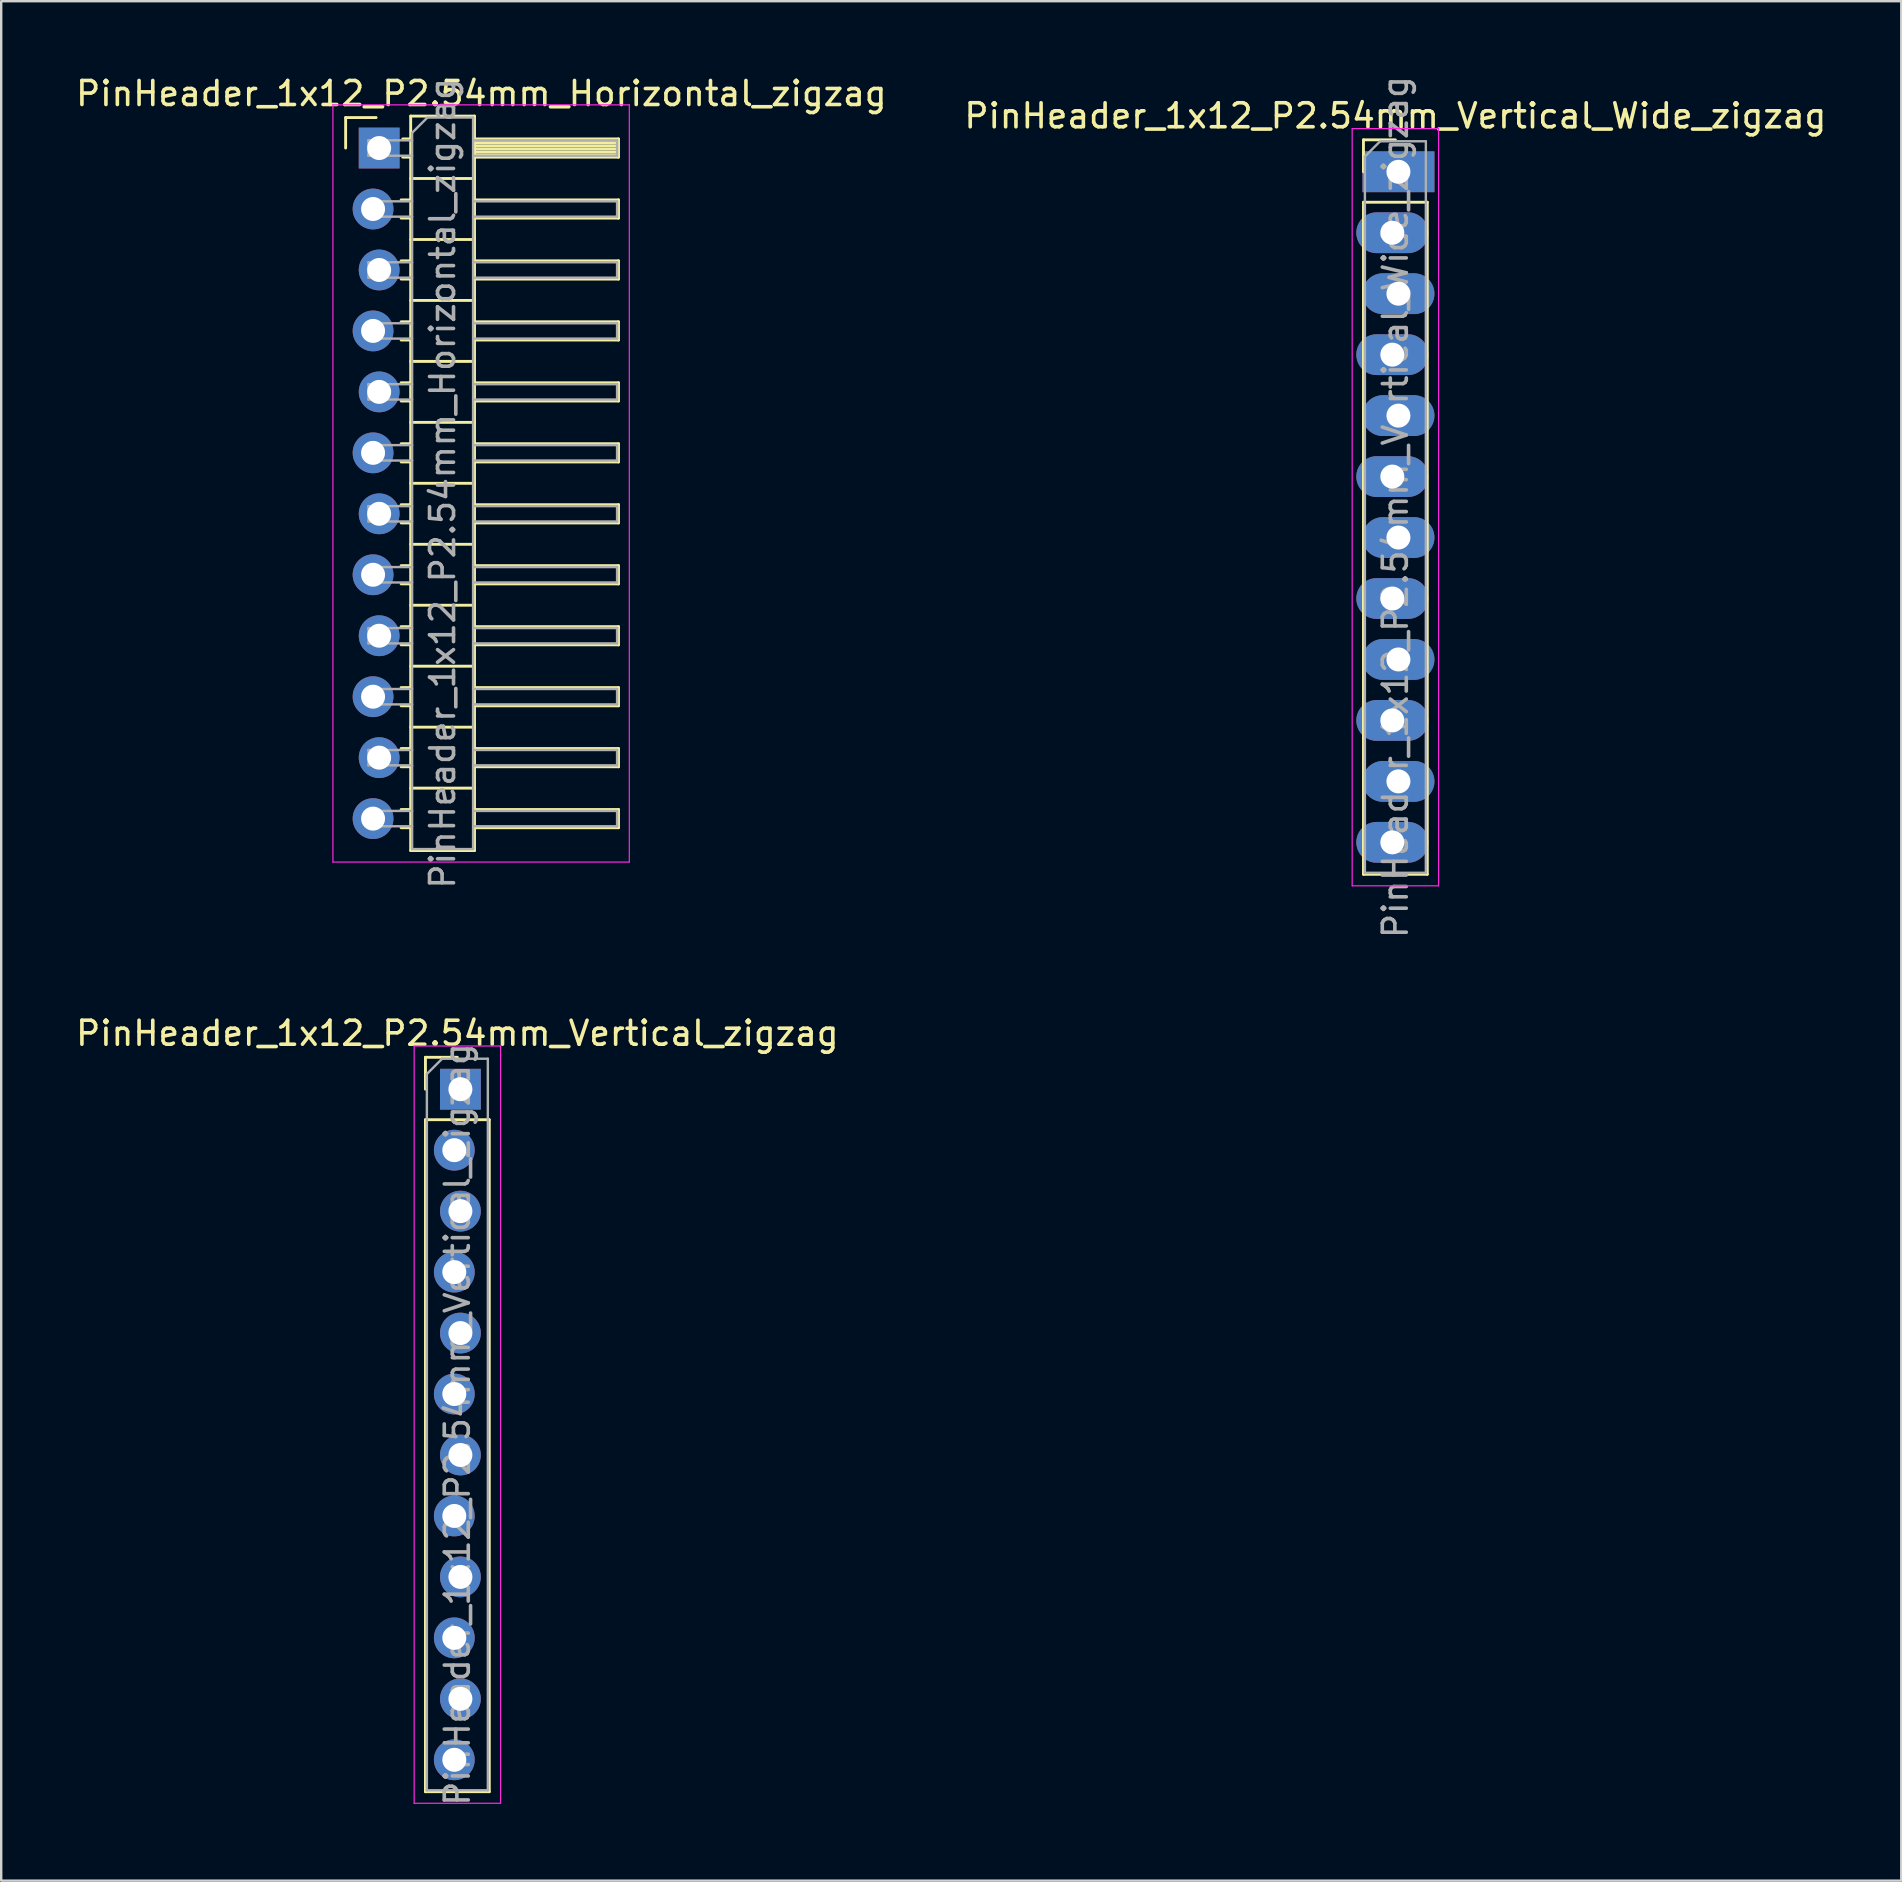
<source format=kicad_pcb>
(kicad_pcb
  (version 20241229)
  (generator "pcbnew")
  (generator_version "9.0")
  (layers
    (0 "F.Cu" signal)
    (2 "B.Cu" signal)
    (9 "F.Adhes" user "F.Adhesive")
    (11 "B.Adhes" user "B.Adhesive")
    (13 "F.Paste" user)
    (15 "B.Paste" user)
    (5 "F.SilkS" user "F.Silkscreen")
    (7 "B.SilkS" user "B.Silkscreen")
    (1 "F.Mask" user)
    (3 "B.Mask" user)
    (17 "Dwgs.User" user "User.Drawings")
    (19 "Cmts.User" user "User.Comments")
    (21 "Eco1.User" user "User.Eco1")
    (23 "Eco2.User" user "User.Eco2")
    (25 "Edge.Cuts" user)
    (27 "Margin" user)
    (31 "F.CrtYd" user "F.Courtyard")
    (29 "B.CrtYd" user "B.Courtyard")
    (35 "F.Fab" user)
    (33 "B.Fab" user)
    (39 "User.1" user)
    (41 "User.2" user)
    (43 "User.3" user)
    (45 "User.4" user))
  (footprint "PinHeader_1x12_P2.54mm_Vertical_zigzag"
    (layer "F.Cu")
    (at 16.006 42.333)
    (property "Reference" "PinHeader_1x12_P2.54mm_Vertical_zigzag" (at 0 -2.33 0) (layer "F.SilkS") (effects (font (size 1 1) (thickness 0.15))))
    (attr through_hole)
    (fp_line (start -1.33 -1.33) (end 0 -1.33) (stroke (width 0.12) (type solid)) (layer "F.SilkS"))
    (fp_line (start -1.33 0) (end -1.33 -1.33) (stroke (width 0.12) (type solid)) (layer "F.SilkS"))
    (fp_line (start -1.33 1.27) (end -1.33 29.27) (stroke (width 0.12) (type solid)) (layer "F.SilkS"))
    (fp_line (start -1.33 1.27) (end 1.33 1.27) (stroke (width 0.12) (type solid)) (layer "F.SilkS"))
    (fp_line (start -1.33 29.27) (end 1.33 29.27) (stroke (width 0.12) (type solid)) (layer "F.SilkS"))
    (fp_line (start 1.33 1.27) (end 1.33 29.27) (stroke (width 0.12) (type solid)) (layer "F.SilkS"))
    (fp_line (start -1.8 -1.8) (end -1.8 29.75) (stroke (width 0.05) (type solid)) (layer "F.CrtYd"))
    (fp_line (start -1.8 29.75) (end 1.8 29.75) (stroke (width 0.05) (type solid)) (layer "F.CrtYd"))
    (fp_line (start 1.8 -1.8) (end -1.8 -1.8) (stroke (width 0.05) (type solid)) (layer "F.CrtYd"))
    (fp_line (start 1.8 29.75) (end 1.8 -1.8) (stroke (width 0.05) (type solid)) (layer "F.CrtYd"))
    (fp_line (start -1.27 -0.635) (end -0.635 -1.27) (stroke (width 0.1) (type solid)) (layer "F.Fab"))
    (fp_line (start -1.27 29.21) (end -1.27 -0.635) (stroke (width 0.1) (type solid)) (layer "F.Fab"))
    (fp_line (start -0.635 -1.27) (end 1.27 -1.27) (stroke (width 0.1) (type solid)) (layer "F.Fab"))
    (fp_line (start 1.27 -1.27) (end 1.27 29.21) (stroke (width 0.1) (type solid)) (layer "F.Fab"))
    (fp_line (start 1.27 29.21) (end -1.27 29.21) (stroke (width 0.1) (type solid)) (layer "F.Fab"))
    (fp_text user "${REFERENCE}" (at 0 13.97 90) (layer "F.Fab") (effects (font (size 1 1) (thickness 0.15))))
    (pad "1" thru_hole rect (at 0.127 0) (size 1.7 1.7) (drill 1) (layers "*.Cu" "*.Mask"))
    (pad "2" thru_hole oval (at -0.127 2.54) (size 1.7 1.7) (drill 1) (layers "*.Cu" "*.Mask"))
    (pad "3" thru_hole oval (at 0.127 5.08) (size 1.7 1.7) (drill 1) (layers "*.Cu" "*.Mask"))
    (pad "4" thru_hole oval (at -0.127 7.62) (size 1.7 1.7) (drill 1) (layers "*.Cu" "*.Mask"))
    (pad "5" thru_hole oval (at 0.127 10.16) (size 1.7 1.7) (drill 1) (layers "*.Cu" "*.Mask"))
    (pad "6" thru_hole oval (at -0.127 12.7) (size 1.7 1.7) (drill 1) (layers "*.Cu" "*.Mask"))
    (pad "7" thru_hole oval (at 0.127 15.24) (size 1.7 1.7) (drill 1) (layers "*.Cu" "*.Mask"))
    (pad "8" thru_hole oval (at -0.127 17.78) (size 1.7 1.7) (drill 1) (layers "*.Cu" "*.Mask"))
    (pad "9" thru_hole oval (at 0.127 20.32) (size 1.7 1.7) (drill 1) (layers "*.Cu" "*.Mask"))
    (pad "10" thru_hole oval (at -0.127 22.86) (size 1.7 1.7) (drill 1) (layers "*.Cu" "*.Mask"))
    (pad "11" thru_hole oval (at 0.127 25.4) (size 1.7 1.7) (drill 1) (layers "*.Cu" "*.Mask"))
    (pad "12" thru_hole oval (at -0.127 27.94) (size 1.7 1.7) (drill 1) (layers "*.Cu" "*.Mask")))
  (footprint "PinHeader_1x12_P2.54mm_Vertical_Wide_zigzag"
    (layer "F.Cu")
    (at 55.089 4.107)
    (property "Reference" "PinHeader_1x12_P2.54mm_Vertical_Wide_zigzag" (at 0 -2.33 0) (layer "F.SilkS") (effects (font (size 1 1) (thickness 0.15))))
    (attr through_hole)
    (fp_line (start -1.33 -1.33) (end 0 -1.33) (stroke (width 0.12) (type solid)) (layer "F.SilkS"))
    (fp_line (start -1.33 0) (end -1.33 -1.33) (stroke (width 0.12) (type solid)) (layer "F.SilkS"))
    (fp_line (start -1.33 1.27) (end -1.33 29.27) (stroke (width 0.12) (type solid)) (layer "F.SilkS"))
    (fp_line (start -1.33 1.27) (end 1.33 1.27) (stroke (width 0.12) (type solid)) (layer "F.SilkS"))
    (fp_line (start -1.33 29.27) (end 1.33 29.27) (stroke (width 0.12) (type solid)) (layer "F.SilkS"))
    (fp_line (start 1.33 1.27) (end 1.33 29.27) (stroke (width 0.12) (type solid)) (layer "F.SilkS"))
    (fp_line (start -1.8 -1.8) (end -1.8 29.75) (stroke (width 0.05) (type solid)) (layer "F.CrtYd"))
    (fp_line (start -1.8 29.75) (end 1.8 29.75) (stroke (width 0.05) (type solid)) (layer "F.CrtYd"))
    (fp_line (start 1.8 -1.8) (end -1.8 -1.8) (stroke (width 0.05) (type solid)) (layer "F.CrtYd"))
    (fp_line (start 1.8 29.75) (end 1.8 -1.8) (stroke (width 0.05) (type solid)) (layer "F.CrtYd"))
    (fp_line (start -1.27 -0.635) (end -0.635 -1.27) (stroke (width 0.1) (type solid)) (layer "F.Fab"))
    (fp_line (start -1.27 29.21) (end -1.27 -0.635) (stroke (width 0.1) (type solid)) (layer "F.Fab"))
    (fp_line (start -0.635 -1.27) (end 1.27 -1.27) (stroke (width 0.1) (type solid)) (layer "F.Fab"))
    (fp_line (start 1.27 -1.27) (end 1.27 29.21) (stroke (width 0.1) (type solid)) (layer "F.Fab"))
    (fp_line (start 1.27 29.21) (end -1.27 29.21) (stroke (width 0.1) (type solid)) (layer "F.Fab"))
    (fp_text user "${REFERENCE}" (at 0 13.97 90) (layer "F.Fab") (effects (font (size 1 1) (thickness 0.15))))
    (pad "1" thru_hole rect (at 0.127 0) (size 3 1.7) (drill 1) (layers "*.Cu" "*.Mask"))
    (pad "2" thru_hole oval (at -0.127 2.54) (size 3 1.7) (drill 1) (layers "*.Cu" "*.Mask"))
    (pad "3" thru_hole oval (at 0.127 5.08) (size 3 1.7) (drill 1) (layers "*.Cu" "*.Mask"))
    (pad "4" thru_hole oval (at -0.127 7.62) (size 3 1.7) (drill 1) (layers "*.Cu" "*.Mask"))
    (pad "5" thru_hole oval (at 0.127 10.16) (size 3 1.7) (drill 1) (layers "*.Cu" "*.Mask"))
    (pad "6" thru_hole oval (at -0.127 12.7) (size 3 1.7) (drill 1) (layers "*.Cu" "*.Mask"))
    (pad "7" thru_hole oval (at 0.127 15.24) (size 3 1.7) (drill 1) (layers "*.Cu" "*.Mask"))
    (pad "8" thru_hole oval (at -0.127 17.78) (size 3 1.7) (drill 1) (layers "*.Cu" "*.Mask"))
    (pad "9" thru_hole oval (at 0.127 20.32) (size 3 1.7) (drill 1) (layers "*.Cu" "*.Mask"))
    (pad "10" thru_hole oval (at -0.127 22.86) (size 3 1.7) (drill 1) (layers "*.Cu" "*.Mask"))
    (pad "11" thru_hole oval (at 0.127 25.4) (size 3 1.7) (drill 1) (layers "*.Cu" "*.Mask"))
    (pad "12" thru_hole oval (at -0.127 27.94) (size 3 1.7) (drill 1) (layers "*.Cu" "*.Mask")))
  (footprint "PinHeader_1x12_P2.54mm_Horizontal_zigzag"
    (layer "F.Cu")
    (at 12.621 3.118)
    (property "Reference" "PinHeader_1x12_P2.54mm_Horizontal_zigzag" (at 4.385 -2.27 0) (layer "F.SilkS") (effects (font (size 1 1) (thickness 0.15))))
    (attr through_hole)
    (fp_line (start -1.27 -1.27) (end 0 -1.27) (stroke (width 0.12) (type solid)) (layer "F.SilkS"))
    (fp_line (start -1.27 0) (end -1.27 -1.27) (stroke (width 0.12) (type solid)) (layer "F.SilkS"))
    (fp_line (start 1.043 2.16) (end 1.44 2.16) (stroke (width 0.12) (type solid)) (layer "F.SilkS"))
    (fp_line (start 1.043 2.92) (end 1.44 2.92) (stroke (width 0.12) (type solid)) (layer "F.SilkS"))
    (fp_line (start 1.043 4.7) (end 1.44 4.7) (stroke (width 0.12) (type solid)) (layer "F.SilkS"))
    (fp_line (start 1.043 5.46) (end 1.44 5.46) (stroke (width 0.12) (type solid)) (layer "F.SilkS"))
    (fp_line (start 1.043 7.24) (end 1.44 7.24) (stroke (width 0.12) (type solid)) (layer "F.SilkS"))
    (fp_line (start 1.043 8) (end 1.44 8) (stroke (width 0.12) (type solid)) (layer "F.SilkS"))
    (fp_line (start 1.043 9.78) (end 1.44 9.78) (stroke (width 0.12) (type solid)) (layer "F.SilkS"))
    (fp_line (start 1.043 10.54) (end 1.44 10.54) (stroke (width 0.12) (type solid)) (layer "F.SilkS"))
    (fp_line (start 1.043 12.32) (end 1.44 12.32) (stroke (width 0.12) (type solid)) (layer "F.SilkS"))
    (fp_line (start 1.043 13.08) (end 1.44 13.08) (stroke (width 0.12) (type solid)) (layer "F.SilkS"))
    (fp_line (start 1.043 14.86) (end 1.44 14.86) (stroke (width 0.12) (type solid)) (layer "F.SilkS"))
    (fp_line (start 1.043 15.62) (end 1.44 15.62) (stroke (width 0.12) (type solid)) (layer "F.SilkS"))
    (fp_line (start 1.043 17.4) (end 1.44 17.4) (stroke (width 0.12) (type solid)) (layer "F.SilkS"))
    (fp_line (start 1.043 18.16) (end 1.44 18.16) (stroke (width 0.12) (type solid)) (layer "F.SilkS"))
    (fp_line (start 1.043 19.94) (end 1.44 19.94) (stroke (width 0.12) (type solid)) (layer "F.SilkS"))
    (fp_line (start 1.043 20.7) (end 1.44 20.7) (stroke (width 0.12) (type solid)) (layer "F.SilkS"))
    (fp_line (start 1.043 22.48) (end 1.44 22.48) (stroke (width 0.12) (type solid)) (layer "F.SilkS"))
    (fp_line (start 1.043 23.24) (end 1.44 23.24) (stroke (width 0.12) (type solid)) (layer "F.SilkS"))
    (fp_line (start 1.043 25.02) (end 1.44 25.02) (stroke (width 0.12) (type solid)) (layer "F.SilkS"))
    (fp_line (start 1.043 25.78) (end 1.44 25.78) (stroke (width 0.12) (type solid)) (layer "F.SilkS"))
    (fp_line (start 1.043 27.56) (end 1.44 27.56) (stroke (width 0.12) (type solid)) (layer "F.SilkS"))
    (fp_line (start 1.043 28.32) (end 1.44 28.32) (stroke (width 0.12) (type solid)) (layer "F.SilkS"))
    (fp_line (start 1.11 -0.38) (end 1.44 -0.38) (stroke (width 0.12) (type solid)) (layer "F.SilkS"))
    (fp_line (start 1.11 0.38) (end 1.44 0.38) (stroke (width 0.12) (type solid)) (layer "F.SilkS"))
    (fp_line (start 1.44 -1.33) (end 1.44 29.27) (stroke (width 0.12) (type solid)) (layer "F.SilkS"))
    (fp_line (start 1.44 1.27) (end 4.1 1.27) (stroke (width 0.12) (type solid)) (layer "F.SilkS"))
    (fp_line (start 1.44 3.81) (end 4.1 3.81) (stroke (width 0.12) (type solid)) (layer "F.SilkS"))
    (fp_line (start 1.44 6.35) (end 4.1 6.35) (stroke (width 0.12) (type solid)) (layer "F.SilkS"))
    (fp_line (start 1.44 8.89) (end 4.1 8.89) (stroke (width 0.12) (type solid)) (layer "F.SilkS"))
    (fp_line (start 1.44 11.43) (end 4.1 11.43) (stroke (width 0.12) (type solid)) (layer "F.SilkS"))
    (fp_line (start 1.44 13.97) (end 4.1 13.97) (stroke (width 0.12) (type solid)) (layer "F.SilkS"))
    (fp_line (start 1.44 16.51) (end 4.1 16.51) (stroke (width 0.12) (type solid)) (layer "F.SilkS"))
    (fp_line (start 1.44 19.05) (end 4.1 19.05) (stroke (width 0.12) (type solid)) (layer "F.SilkS"))
    (fp_line (start 1.44 21.59) (end 4.1 21.59) (stroke (width 0.12) (type solid)) (layer "F.SilkS"))
    (fp_line (start 1.44 24.13) (end 4.1 24.13) (stroke (width 0.12) (type solid)) (layer "F.SilkS"))
    (fp_line (start 1.44 26.67) (end 4.1 26.67) (stroke (width 0.12) (type solid)) (layer "F.SilkS"))
    (fp_line (start 1.44 29.27) (end 4.1 29.27) (stroke (width 0.12) (type solid)) (layer "F.SilkS"))
    (fp_line (start 4.1 -1.33) (end 1.44 -1.33) (stroke (width 0.12) (type solid)) (layer "F.SilkS"))
    (fp_line (start 4.1 -0.38) (end 10.1 -0.38) (stroke (width 0.12) (type solid)) (layer "F.SilkS"))
    (fp_line (start 4.1 -0.32) (end 10.1 -0.32) (stroke (width 0.12) (type solid)) (layer "F.SilkS"))
    (fp_line (start 4.1 -0.2) (end 10.1 -0.2) (stroke (width 0.12) (type solid)) (layer "F.SilkS"))
    (fp_line (start 4.1 -0.08) (end 10.1 -0.08) (stroke (width 0.12) (type solid)) (layer "F.SilkS"))
    (fp_line (start 4.1 0.04) (end 10.1 0.04) (stroke (width 0.12) (type solid)) (layer "F.SilkS"))
    (fp_line (start 4.1 0.16) (end 10.1 0.16) (stroke (width 0.12) (type solid)) (layer "F.SilkS"))
    (fp_line (start 4.1 0.28) (end 10.1 0.28) (stroke (width 0.12) (type solid)) (layer "F.SilkS"))
    (fp_line (start 4.1 2.16) (end 10.1 2.16) (stroke (width 0.12) (type solid)) (layer "F.SilkS"))
    (fp_line (start 4.1 4.7) (end 10.1 4.7) (stroke (width 0.12) (type solid)) (layer "F.SilkS"))
    (fp_line (start 4.1 7.24) (end 10.1 7.24) (stroke (width 0.12) (type solid)) (layer "F.SilkS"))
    (fp_line (start 4.1 9.78) (end 10.1 9.78) (stroke (width 0.12) (type solid)) (layer "F.SilkS"))
    (fp_line (start 4.1 12.32) (end 10.1 12.32) (stroke (width 0.12) (type solid)) (layer "F.SilkS"))
    (fp_line (start 4.1 14.86) (end 10.1 14.86) (stroke (width 0.12) (type solid)) (layer "F.SilkS"))
    (fp_line (start 4.1 17.4) (end 10.1 17.4) (stroke (width 0.12) (type solid)) (layer "F.SilkS"))
    (fp_line (start 4.1 19.94) (end 10.1 19.94) (stroke (width 0.12) (type solid)) (layer "F.SilkS"))
    (fp_line (start 4.1 22.48) (end 10.1 22.48) (stroke (width 0.12) (type solid)) (layer "F.SilkS"))
    (fp_line (start 4.1 25.02) (end 10.1 25.02) (stroke (width 0.12) (type solid)) (layer "F.SilkS"))
    (fp_line (start 4.1 27.56) (end 10.1 27.56) (stroke (width 0.12) (type solid)) (layer "F.SilkS"))
    (fp_line (start 4.1 29.27) (end 4.1 -1.33) (stroke (width 0.12) (type solid)) (layer "F.SilkS"))
    (fp_line (start 10.1 -0.38) (end 10.1 0.38) (stroke (width 0.12) (type solid)) (layer "F.SilkS"))
    (fp_line (start 10.1 0.38) (end 4.1 0.38) (stroke (width 0.12) (type solid)) (layer "F.SilkS"))
    (fp_line (start 10.1 2.16) (end 10.1 2.92) (stroke (width 0.12) (type solid)) (layer "F.SilkS"))
    (fp_line (start 10.1 2.92) (end 4.1 2.92) (stroke (width 0.12) (type solid)) (layer "F.SilkS"))
    (fp_line (start 10.1 4.7) (end 10.1 5.46) (stroke (width 0.12) (type solid)) (layer "F.SilkS"))
    (fp_line (start 10.1 5.46) (end 4.1 5.46) (stroke (width 0.12) (type solid)) (layer "F.SilkS"))
    (fp_line (start 10.1 7.24) (end 10.1 8) (stroke (width 0.12) (type solid)) (layer "F.SilkS"))
    (fp_line (start 10.1 8) (end 4.1 8) (stroke (width 0.12) (type solid)) (layer "F.SilkS"))
    (fp_line (start 10.1 9.78) (end 10.1 10.54) (stroke (width 0.12) (type solid)) (layer "F.SilkS"))
    (fp_line (start 10.1 10.54) (end 4.1 10.54) (stroke (width 0.12) (type solid)) (layer "F.SilkS"))
    (fp_line (start 10.1 12.32) (end 10.1 13.08) (stroke (width 0.12) (type solid)) (layer "F.SilkS"))
    (fp_line (start 10.1 13.08) (end 4.1 13.08) (stroke (width 0.12) (type solid)) (layer "F.SilkS"))
    (fp_line (start 10.1 14.86) (end 10.1 15.62) (stroke (width 0.12) (type solid)) (layer "F.SilkS"))
    (fp_line (start 10.1 15.62) (end 4.1 15.62) (stroke (width 0.12) (type solid)) (layer "F.SilkS"))
    (fp_line (start 10.1 17.4) (end 10.1 18.16) (stroke (width 0.12) (type solid)) (layer "F.SilkS"))
    (fp_line (start 10.1 18.16) (end 4.1 18.16) (stroke (width 0.12) (type solid)) (layer "F.SilkS"))
    (fp_line (start 10.1 19.94) (end 10.1 20.7) (stroke (width 0.12) (type solid)) (layer "F.SilkS"))
    (fp_line (start 10.1 20.7) (end 4.1 20.7) (stroke (width 0.12) (type solid)) (layer "F.SilkS"))
    (fp_line (start 10.1 22.48) (end 10.1 23.24) (stroke (width 0.12) (type solid)) (layer "F.SilkS"))
    (fp_line (start 10.1 23.24) (end 4.1 23.24) (stroke (width 0.12) (type solid)) (layer "F.SilkS"))
    (fp_line (start 10.1 25.02) (end 10.1 25.78) (stroke (width 0.12) (type solid)) (layer "F.SilkS"))
    (fp_line (start 10.1 25.78) (end 4.1 25.78) (stroke (width 0.12) (type solid)) (layer "F.SilkS"))
    (fp_line (start 10.1 27.56) (end 10.1 28.32) (stroke (width 0.12) (type solid)) (layer "F.SilkS"))
    (fp_line (start 10.1 28.32) (end 4.1 28.32) (stroke (width 0.12) (type solid)) (layer "F.SilkS"))
    (fp_line (start -1.8 -1.8) (end -1.8 29.75) (stroke (width 0.05) (type solid)) (layer "F.CrtYd"))
    (fp_line (start -1.8 29.75) (end 10.55 29.75) (stroke (width 0.05) (type solid)) (layer "F.CrtYd"))
    (fp_line (start 10.55 -1.8) (end -1.8 -1.8) (stroke (width 0.05) (type solid)) (layer "F.CrtYd"))
    (fp_line (start 10.55 29.75) (end 10.55 -1.8) (stroke (width 0.05) (type solid)) (layer "F.CrtYd"))
    (fp_line (start -0.32 -0.32) (end -0.32 0.32) (stroke (width 0.1) (type solid)) (layer "F.Fab"))
    (fp_line (start -0.32 -0.32) (end 1.5 -0.32) (stroke (width 0.1) (type solid)) (layer "F.Fab"))
    (fp_line (start -0.32 0.32) (end 1.5 0.32) (stroke (width 0.1) (type solid)) (layer "F.Fab"))
    (fp_line (start -0.32 2.22) (end -0.32 2.86) (stroke (width 0.1) (type solid)) (layer "F.Fab"))
    (fp_line (start -0.32 2.22) (end 1.5 2.22) (stroke (width 0.1) (type solid)) (layer "F.Fab"))
    (fp_line (start -0.32 2.86) (end 1.5 2.86) (stroke (width 0.1) (type solid)) (layer "F.Fab"))
    (fp_line (start -0.32 4.76) (end -0.32 5.4) (stroke (width 0.1) (type solid)) (layer "F.Fab"))
    (fp_line (start -0.32 4.76) (end 1.5 4.76) (stroke (width 0.1) (type solid)) (layer "F.Fab"))
    (fp_line (start -0.32 5.4) (end 1.5 5.4) (stroke (width 0.1) (type solid)) (layer "F.Fab"))
    (fp_line (start -0.32 7.3) (end -0.32 7.94) (stroke (width 0.1) (type solid)) (layer "F.Fab"))
    (fp_line (start -0.32 7.3) (end 1.5 7.3) (stroke (width 0.1) (type solid)) (layer "F.Fab"))
    (fp_line (start -0.32 7.94) (end 1.5 7.94) (stroke (width 0.1) (type solid)) (layer "F.Fab"))
    (fp_line (start -0.32 9.84) (end -0.32 10.48) (stroke (width 0.1) (type solid)) (layer "F.Fab"))
    (fp_line (start -0.32 9.84) (end 1.5 9.84) (stroke (width 0.1) (type solid)) (layer "F.Fab"))
    (fp_line (start -0.32 10.48) (end 1.5 10.48) (stroke (width 0.1) (type solid)) (layer "F.Fab"))
    (fp_line (start -0.32 12.38) (end -0.32 13.02) (stroke (width 0.1) (type solid)) (layer "F.Fab"))
    (fp_line (start -0.32 12.38) (end 1.5 12.38) (stroke (width 0.1) (type solid)) (layer "F.Fab"))
    (fp_line (start -0.32 13.02) (end 1.5 13.02) (stroke (width 0.1) (type solid)) (layer "F.Fab"))
    (fp_line (start -0.32 14.92) (end -0.32 15.56) (stroke (width 0.1) (type solid)) (layer "F.Fab"))
    (fp_line (start -0.32 14.92) (end 1.5 14.92) (stroke (width 0.1) (type solid)) (layer "F.Fab"))
    (fp_line (start -0.32 15.56) (end 1.5 15.56) (stroke (width 0.1) (type solid)) (layer "F.Fab"))
    (fp_line (start -0.32 17.46) (end -0.32 18.1) (stroke (width 0.1) (type solid)) (layer "F.Fab"))
    (fp_line (start -0.32 17.46) (end 1.5 17.46) (stroke (width 0.1) (type solid)) (layer "F.Fab"))
    (fp_line (start -0.32 18.1) (end 1.5 18.1) (stroke (width 0.1) (type solid)) (layer "F.Fab"))
    (fp_line (start -0.32 20) (end -0.32 20.64) (stroke (width 0.1) (type solid)) (layer "F.Fab"))
    (fp_line (start -0.32 20) (end 1.5 20) (stroke (width 0.1) (type solid)) (layer "F.Fab"))
    (fp_line (start -0.32 20.64) (end 1.5 20.64) (stroke (width 0.1) (type solid)) (layer "F.Fab"))
    (fp_line (start -0.32 22.54) (end -0.32 23.18) (stroke (width 0.1) (type solid)) (layer "F.Fab"))
    (fp_line (start -0.32 22.54) (end 1.5 22.54) (stroke (width 0.1) (type solid)) (layer "F.Fab"))
    (fp_line (start -0.32 23.18) (end 1.5 23.18) (stroke (width 0.1) (type solid)) (layer "F.Fab"))
    (fp_line (start -0.32 25.08) (end -0.32 25.72) (stroke (width 0.1) (type solid)) (layer "F.Fab"))
    (fp_line (start -0.32 25.08) (end 1.5 25.08) (stroke (width 0.1) (type solid)) (layer "F.Fab"))
    (fp_line (start -0.32 25.72) (end 1.5 25.72) (stroke (width 0.1) (type solid)) (layer "F.Fab"))
    (fp_line (start -0.32 27.62) (end -0.32 28.26) (stroke (width 0.1) (type solid)) (layer "F.Fab"))
    (fp_line (start -0.32 27.62) (end 1.5 27.62) (stroke (width 0.1) (type solid)) (layer "F.Fab"))
    (fp_line (start -0.32 28.26) (end 1.5 28.26) (stroke (width 0.1) (type solid)) (layer "F.Fab"))
    (fp_line (start 1.5 -0.635) (end 2.135 -1.27) (stroke (width 0.1) (type solid)) (layer "F.Fab"))
    (fp_line (start 1.5 29.21) (end 1.5 -0.635) (stroke (width 0.1) (type solid)) (layer "F.Fab"))
    (fp_line (start 2.135 -1.27) (end 4.04 -1.27) (stroke (width 0.1) (type solid)) (layer "F.Fab"))
    (fp_line (start 4.04 -1.27) (end 4.04 29.21) (stroke (width 0.1) (type solid)) (layer "F.Fab"))
    (fp_line (start 4.04 -0.32) (end 10.04 -0.32) (stroke (width 0.1) (type solid)) (layer "F.Fab"))
    (fp_line (start 4.04 0.32) (end 10.04 0.32) (stroke (width 0.1) (type solid)) (layer "F.Fab"))
    (fp_line (start 4.04 2.22) (end 10.04 2.22) (stroke (width 0.1) (type solid)) (layer "F.Fab"))
    (fp_line (start 4.04 2.86) (end 10.04 2.86) (stroke (width 0.1) (type solid)) (layer "F.Fab"))
    (fp_line (start 4.04 4.76) (end 10.04 4.76) (stroke (width 0.1) (type solid)) (layer "F.Fab"))
    (fp_line (start 4.04 5.4) (end 10.04 5.4) (stroke (width 0.1) (type solid)) (layer "F.Fab"))
    (fp_line (start 4.04 7.3) (end 10.04 7.3) (stroke (width 0.1) (type solid)) (layer "F.Fab"))
    (fp_line (start 4.04 7.94) (end 10.04 7.94) (stroke (width 0.1) (type solid)) (layer "F.Fab"))
    (fp_line (start 4.04 9.84) (end 10.04 9.84) (stroke (width 0.1) (type solid)) (layer "F.Fab"))
    (fp_line (start 4.04 10.48) (end 10.04 10.48) (stroke (width 0.1) (type solid)) (layer "F.Fab"))
    (fp_line (start 4.04 12.38) (end 10.04 12.38) (stroke (width 0.1) (type solid)) (layer "F.Fab"))
    (fp_line (start 4.04 13.02) (end 10.04 13.02) (stroke (width 0.1) (type solid)) (layer "F.Fab"))
    (fp_line (start 4.04 14.92) (end 10.04 14.92) (stroke (width 0.1) (type solid)) (layer "F.Fab"))
    (fp_line (start 4.04 15.56) (end 10.04 15.56) (stroke (width 0.1) (type solid)) (layer "F.Fab"))
    (fp_line (start 4.04 17.46) (end 10.04 17.46) (stroke (width 0.1) (type solid)) (layer "F.Fab"))
    (fp_line (start 4.04 18.1) (end 10.04 18.1) (stroke (width 0.1) (type solid)) (layer "F.Fab"))
    (fp_line (start 4.04 20) (end 10.04 20) (stroke (width 0.1) (type solid)) (layer "F.Fab"))
    (fp_line (start 4.04 20.64) (end 10.04 20.64) (stroke (width 0.1) (type solid)) (layer "F.Fab"))
    (fp_line (start 4.04 22.54) (end 10.04 22.54) (stroke (width 0.1) (type solid)) (layer "F.Fab"))
    (fp_line (start 4.04 23.18) (end 10.04 23.18) (stroke (width 0.1) (type solid)) (layer "F.Fab"))
    (fp_line (start 4.04 25.08) (end 10.04 25.08) (stroke (width 0.1) (type solid)) (layer "F.Fab"))
    (fp_line (start 4.04 25.72) (end 10.04 25.72) (stroke (width 0.1) (type solid)) (layer "F.Fab"))
    (fp_line (start 4.04 27.62) (end 10.04 27.62) (stroke (width 0.1) (type solid)) (layer "F.Fab"))
    (fp_line (start 4.04 28.26) (end 10.04 28.26) (stroke (width 0.1) (type solid)) (layer "F.Fab"))
    (fp_line (start 4.04 29.21) (end 1.5 29.21) (stroke (width 0.1) (type solid)) (layer "F.Fab"))
    (fp_line (start 10.04 -0.32) (end 10.04 0.32) (stroke (width 0.1) (type solid)) (layer "F.Fab"))
    (fp_line (start 10.04 2.22) (end 10.04 2.86) (stroke (width 0.1) (type solid)) (layer "F.Fab"))
    (fp_line (start 10.04 4.76) (end 10.04 5.4) (stroke (width 0.1) (type solid)) (layer "F.Fab"))
    (fp_line (start 10.04 7.3) (end 10.04 7.94) (stroke (width 0.1) (type solid)) (layer "F.Fab"))
    (fp_line (start 10.04 9.84) (end 10.04 10.48) (stroke (width 0.1) (type solid)) (layer "F.Fab"))
    (fp_line (start 10.04 12.38) (end 10.04 13.02) (stroke (width 0.1) (type solid)) (layer "F.Fab"))
    (fp_line (start 10.04 14.92) (end 10.04 15.56) (stroke (width 0.1) (type solid)) (layer "F.Fab"))
    (fp_line (start 10.04 17.46) (end 10.04 18.1) (stroke (width 0.1) (type solid)) (layer "F.Fab"))
    (fp_line (start 10.04 20) (end 10.04 20.64) (stroke (width 0.1) (type solid)) (layer "F.Fab"))
    (fp_line (start 10.04 22.54) (end 10.04 23.18) (stroke (width 0.1) (type solid)) (layer "F.Fab"))
    (fp_line (start 10.04 25.08) (end 10.04 25.72) (stroke (width 0.1) (type solid)) (layer "F.Fab"))
    (fp_line (start 10.04 27.62) (end 10.04 28.26) (stroke (width 0.1) (type solid)) (layer "F.Fab"))
    (fp_text user "${REFERENCE}" (at 2.77 13.97 90) (layer "F.Fab") (effects (font (size 1 1) (thickness 0.15))))
    (pad "1" thru_hole rect (at 0.127 0) (size 1.7 1.7) (drill 1) (layers "*.Cu" "*.Mask"))
    (pad "2" thru_hole oval (at -0.127 2.54) (size 1.7 1.7) (drill 1) (layers "*.Cu" "*.Mask"))
    (pad "3" thru_hole oval (at 0.127 5.08) (size 1.7 1.7) (drill 1) (layers "*.Cu" "*.Mask"))
    (pad "4" thru_hole oval (at -0.127 7.62) (size 1.7 1.7) (drill 1) (layers "*.Cu" "*.Mask"))
    (pad "5" thru_hole oval (at 0.127 10.16) (size 1.7 1.7) (drill 1) (layers "*.Cu" "*.Mask"))
    (pad "6" thru_hole oval (at -0.127 12.7) (size 1.7 1.7) (drill 1) (layers "*.Cu" "*.Mask"))
    (pad "7" thru_hole oval (at 0.127 15.24) (size 1.7 1.7) (drill 1) (layers "*.Cu" "*.Mask"))
    (pad "8" thru_hole oval (at -0.127 17.78) (size 1.7 1.7) (drill 1) (layers "*.Cu" "*.Mask"))
    (pad "9" thru_hole oval (at 0.127 20.32) (size 1.7 1.7) (drill 1) (layers "*.Cu" "*.Mask"))
    (pad "10" thru_hole oval (at -0.127 22.86) (size 1.7 1.7) (drill 1) (layers "*.Cu" "*.Mask"))
    (pad "11" thru_hole oval (at 0.127 25.4) (size 1.7 1.7) (drill 1) (layers "*.Cu" "*.Mask"))
    (pad "12" thru_hole oval (at -0.127 27.94) (size 1.7 1.7) (drill 1) (layers "*.Cu" "*.Mask")))
  (gr_rect
    (start -3 -3)
    (end 76.167 75.309)
    (stroke (width 0.1) (type default))
    (fill no)
    (layer "Edge.Cuts")))
</source>
